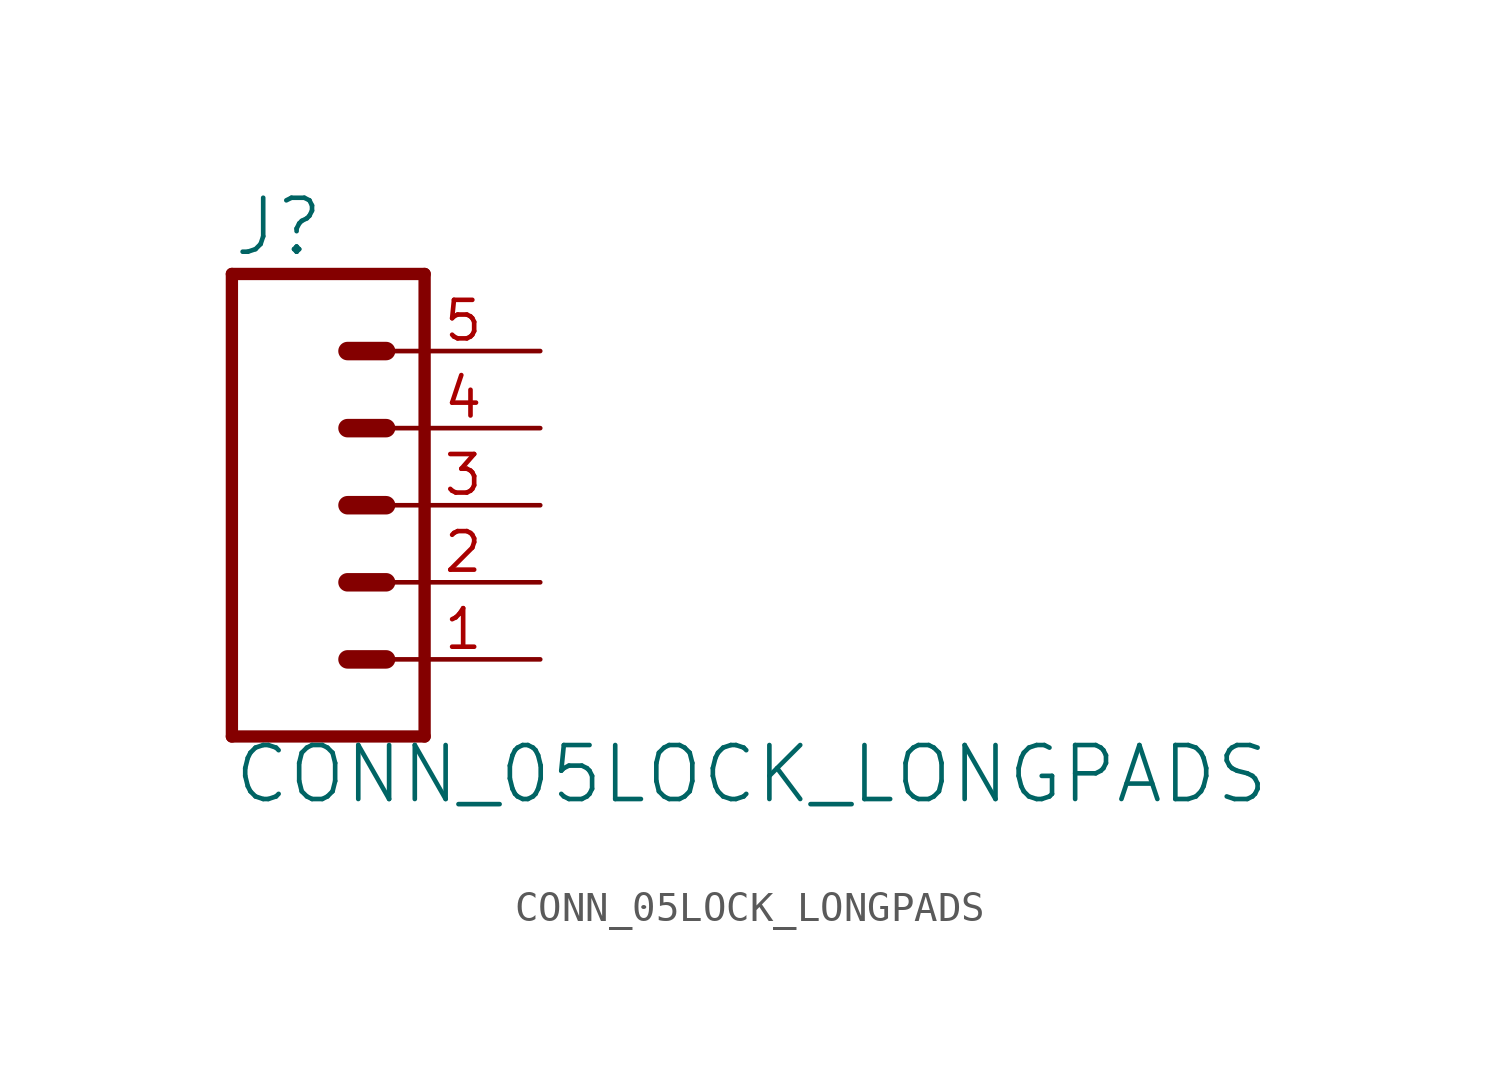
<source format=kicad_sym>
(kicad_symbol_lib
  (version 20220331)
  (generator kicad_symbol_editor)
  (symbol "CONN_05LOCK_LONGPADS"
    (property "Reference" "J"
      (at -2.54 8.128 0)
      (effects (font (size 1.778 1.778)) (justify left bottom)))
    (property "Value" "CONN_05LOCK_LONGPADS"
      (at -2.54 -9.906 0)
      (effects (font (size 1.778 1.778)) (justify left bottom)))
    (property "ki_locked" ""
      (at 0 0 0)
      (effects (font (size 1.27 1.27))))
    (symbol "CONN_05LOCK_LONGPADS_1_0"
      (polyline (pts (xy -2.54 7.62) (xy -2.54 -7.62)) (stroke (width 0.406) (type solid)) (fill (type none)))
      (polyline (pts (xy -2.54 7.62) (xy 3.81 7.62)) (stroke (width 0.406) (type solid)) (fill (type none)))
      (polyline (pts (xy 1.27 -5.08) (xy 2.54 -5.08)) (stroke (width 0.61) (type solid)) (fill (type none)))
      (polyline (pts (xy 1.27 -2.54) (xy 2.54 -2.54)) (stroke (width 0.61) (type solid)) (fill (type none)))
      (polyline (pts (xy 1.27 0) (xy 2.54 0)) (stroke (width 0.61) (type solid)) (fill (type none)))
      (polyline (pts (xy 1.27 2.54) (xy 2.54 2.54)) (stroke (width 0.61) (type solid)) (fill (type none)))
      (polyline (pts (xy 1.27 5.08) (xy 2.54 5.08)) (stroke (width 0.61) (type solid)) (fill (type none)))
      (polyline (pts (xy 3.81 -7.62) (xy -2.54 -7.62)) (stroke (width 0.406) (type solid)) (fill (type none)))
      (polyline (pts (xy 3.81 -7.62) (xy 3.81 7.62)) (stroke (width 0.406) (type solid)) (fill (type none)))
      (pin passive line (at 7.62 -5.08 180) (length 5.08) (name "1" (effects (font (size 0 0)))) (number "1" (effects (font (size 1.27 1.27)))))
      (pin passive line (at 7.62 -2.54 180) (length 5.08) (name "2" (effects (font (size 0 0)))) (number "2" (effects (font (size 1.27 1.27)))))
      (pin passive line (at 7.62 0 180) (length 5.08) (name "3" (effects (font (size 0 0)))) (number "3" (effects (font (size 1.27 1.27)))))
      (pin passive line (at 7.62 2.54 180) (length 5.08) (name "4" (effects (font (size 0 0)))) (number "4" (effects (font (size 1.27 1.27)))))
      (pin passive line (at 7.62 5.08 180) (length 5.08) (name "5" (effects (font (size 0 0)))) (number "5" (effects (font (size 1.27 1.27))))))))
</source>
